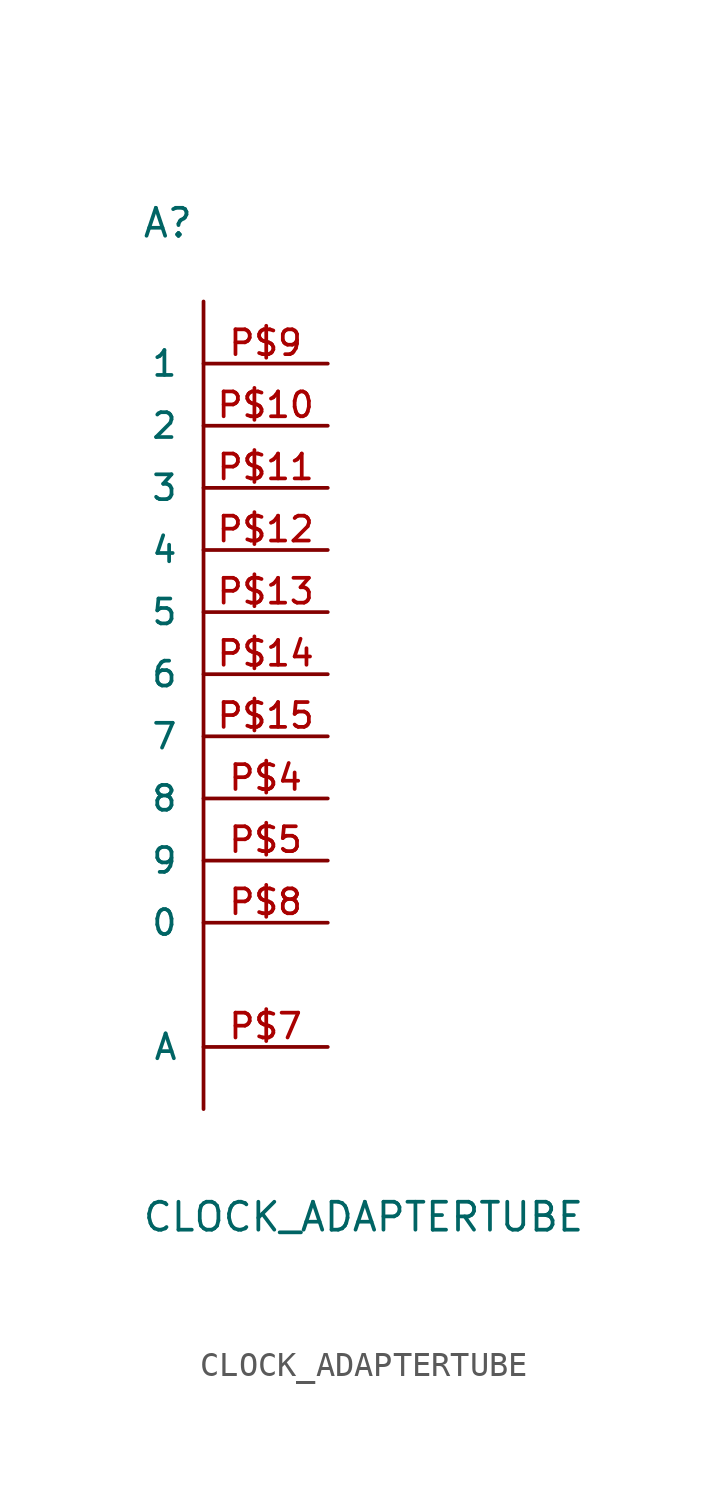
<source format=kicad_sym>
(kicad_symbol_lib
  (version 20241209)
  (generator "kicad_symbol_editor")
  (generator_version "9.0")
  (symbol "CLOCK_ADAPTERTUBE"
    (pin_names
      (offset 1.016))
    (property "Reference" "A"
      (at -2.54 17.78 0)
      (effects (font (size 1.143 1.143)) (justify left bottom)))
    (property "Value" "CLOCK_ADAPTERTUBE"
      (at -2.54 -22.86 0)
      (effects (font (size 1.143 1.143)) (justify left bottom)))
    (property "ki_locked" ""
      (at 0 0 0)
      (effects (font (size 1.27 1.27))))
    (symbol "CLOCK_ADAPTERTUBE_1_0"
      (polyline (pts (xy 0 15.24) (xy 0 -17.78)) (stroke (width 0) (type solid)) (fill (type none))))
    (symbol "CLOCK_ADAPTERTUBE_1_1"
      (pin passive line (at 5.08 12.7 180) (length 5.08) (name "1" (effects (font (size 1.016 1.016)))) (number "P$9" (effects (font (size 1.016 1.016)))))
      (pin passive line (at 5.08 10.16 180) (length 5.08) (name "2" (effects (font (size 1.016 1.016)))) (number "P$10" (effects (font (size 1.016 1.016)))))
      (pin passive line (at 5.08 7.62 180) (length 5.08) (name "3" (effects (font (size 1.016 1.016)))) (number "P$11" (effects (font (size 1.016 1.016)))))
      (pin passive line (at 5.08 5.08 180) (length 5.08) (name "4" (effects (font (size 1.016 1.016)))) (number "P$12" (effects (font (size 1.016 1.016)))))
      (pin passive line (at 5.08 2.54 180) (length 5.08) (name "5" (effects (font (size 1.016 1.016)))) (number "P$13" (effects (font (size 1.016 1.016)))))
      (pin passive line (at 5.08 0 180) (length 5.08) (name "6" (effects (font (size 1.016 1.016)))) (number "P$14" (effects (font (size 1.016 1.016)))))
      (pin passive line (at 5.08 -2.54 180) (length 5.08) (name "7" (effects (font (size 1.016 1.016)))) (number "P$15" (effects (font (size 1.016 1.016)))))
      (pin passive line (at 5.08 -5.08 180) (length 5.08) (name "8" (effects (font (size 1.016 1.016)))) (number "P$4" (effects (font (size 1.016 1.016)))))
      (pin passive line (at 5.08 -7.62 180) (length 5.08) (name "9" (effects (font (size 1.016 1.016)))) (number "P$5" (effects (font (size 1.016 1.016)))))
      (pin passive line (at 5.08 -10.16 180) (length 5.08) (name "0" (effects (font (size 1.016 1.016)))) (number "P$8" (effects (font (size 1.016 1.016)))))
      (pin passive line (at 5.08 -15.24 180) (length 5.08) (name "A" (effects (font (size 1.016 1.016)))) (number "P$7" (effects (font (size 1.016 1.016))))))))
</source>
